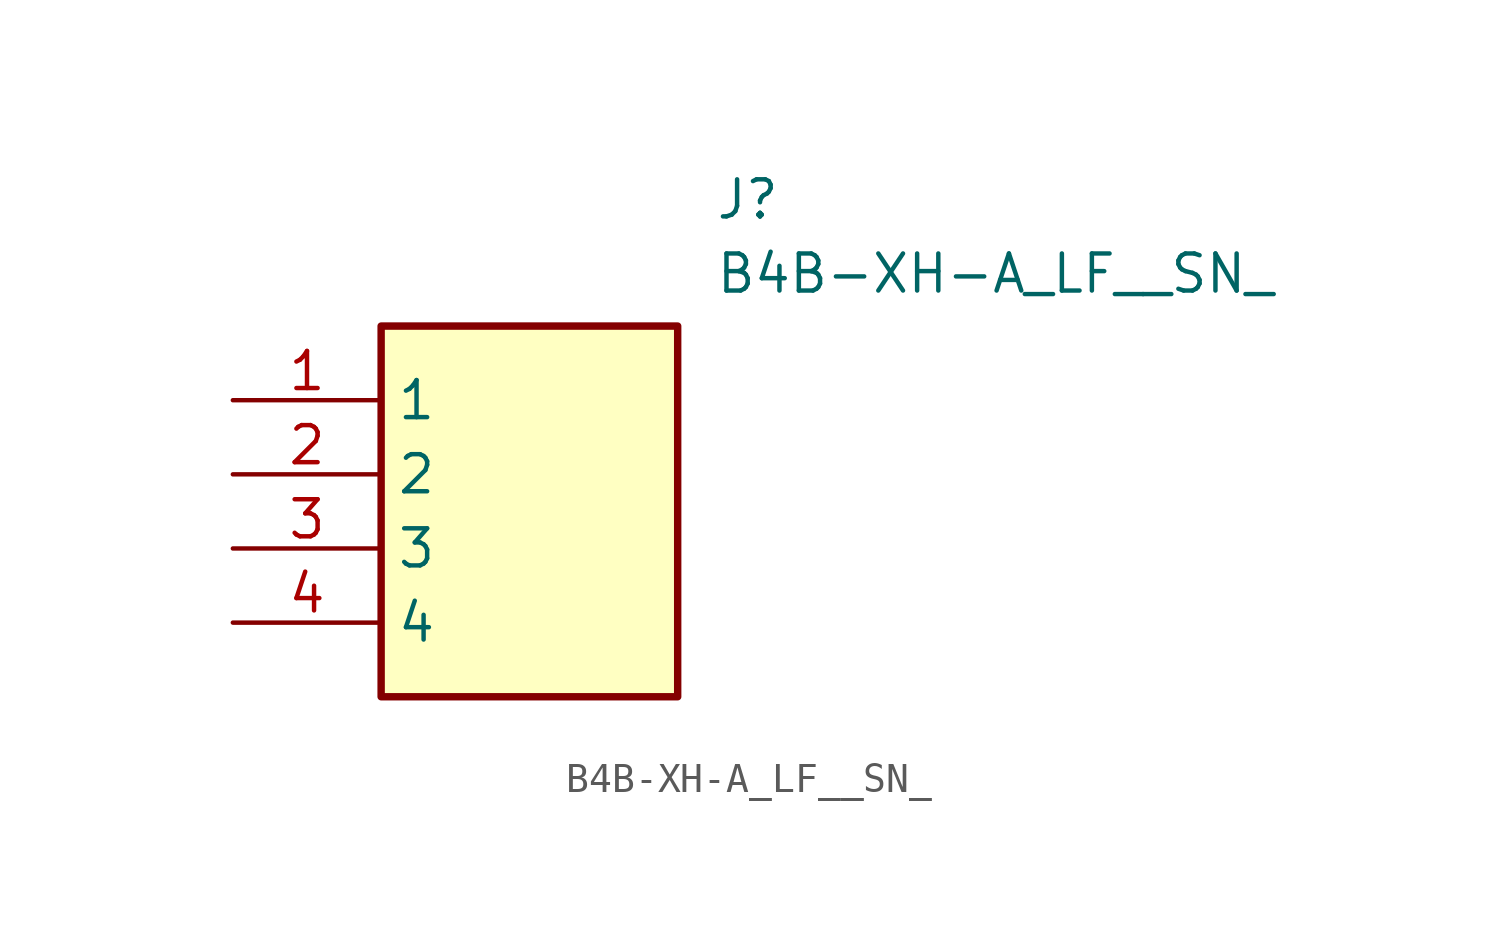
<source format=kicad_sym>
(kicad_symbol_lib
  (version 20211014)
  (generator SamacSys_ECAD_Model)
  (symbol "B4B-XH-A_LF__SN_"
    (property "Reference" "J"
      (at 16.51 7.62 0)
      (effects (font (size 1.27 1.27)) (justify left top)))
    (property "Value" "B4B-XH-A_LF__SN_"
      (at 16.51 5.08 0)
      (effects (font (size 1.27 1.27)) (justify left top)))
    (rectangle
      (start 5.08 2.54)
      (end 15.24 -10.16)
      (stroke (width 0.254) (type default))
      (fill (type background)))
    (pin passive line
      (at 0 0 0)
      (length 5.08)
      (name "1" (effects (font (size 1.27 1.27))))
      (number "1" (effects (font (size 1.27 1.27)))))
    (pin passive line
      (at 0 -2.54 0)
      (length 5.08)
      (name "2" (effects (font (size 1.27 1.27))))
      (number "2" (effects (font (size 1.27 1.27)))))
    (pin passive line
      (at 0 -5.08 0)
      (length 5.08)
      (name "3" (effects (font (size 1.27 1.27))))
      (number "3" (effects (font (size 1.27 1.27)))))
    (pin passive line
      (at 0 -7.62 0)
      (length 5.08)
      (name "4" (effects (font (size 1.27 1.27))))
      (number "4" (effects (font (size 1.27 1.27)))))))
</source>
